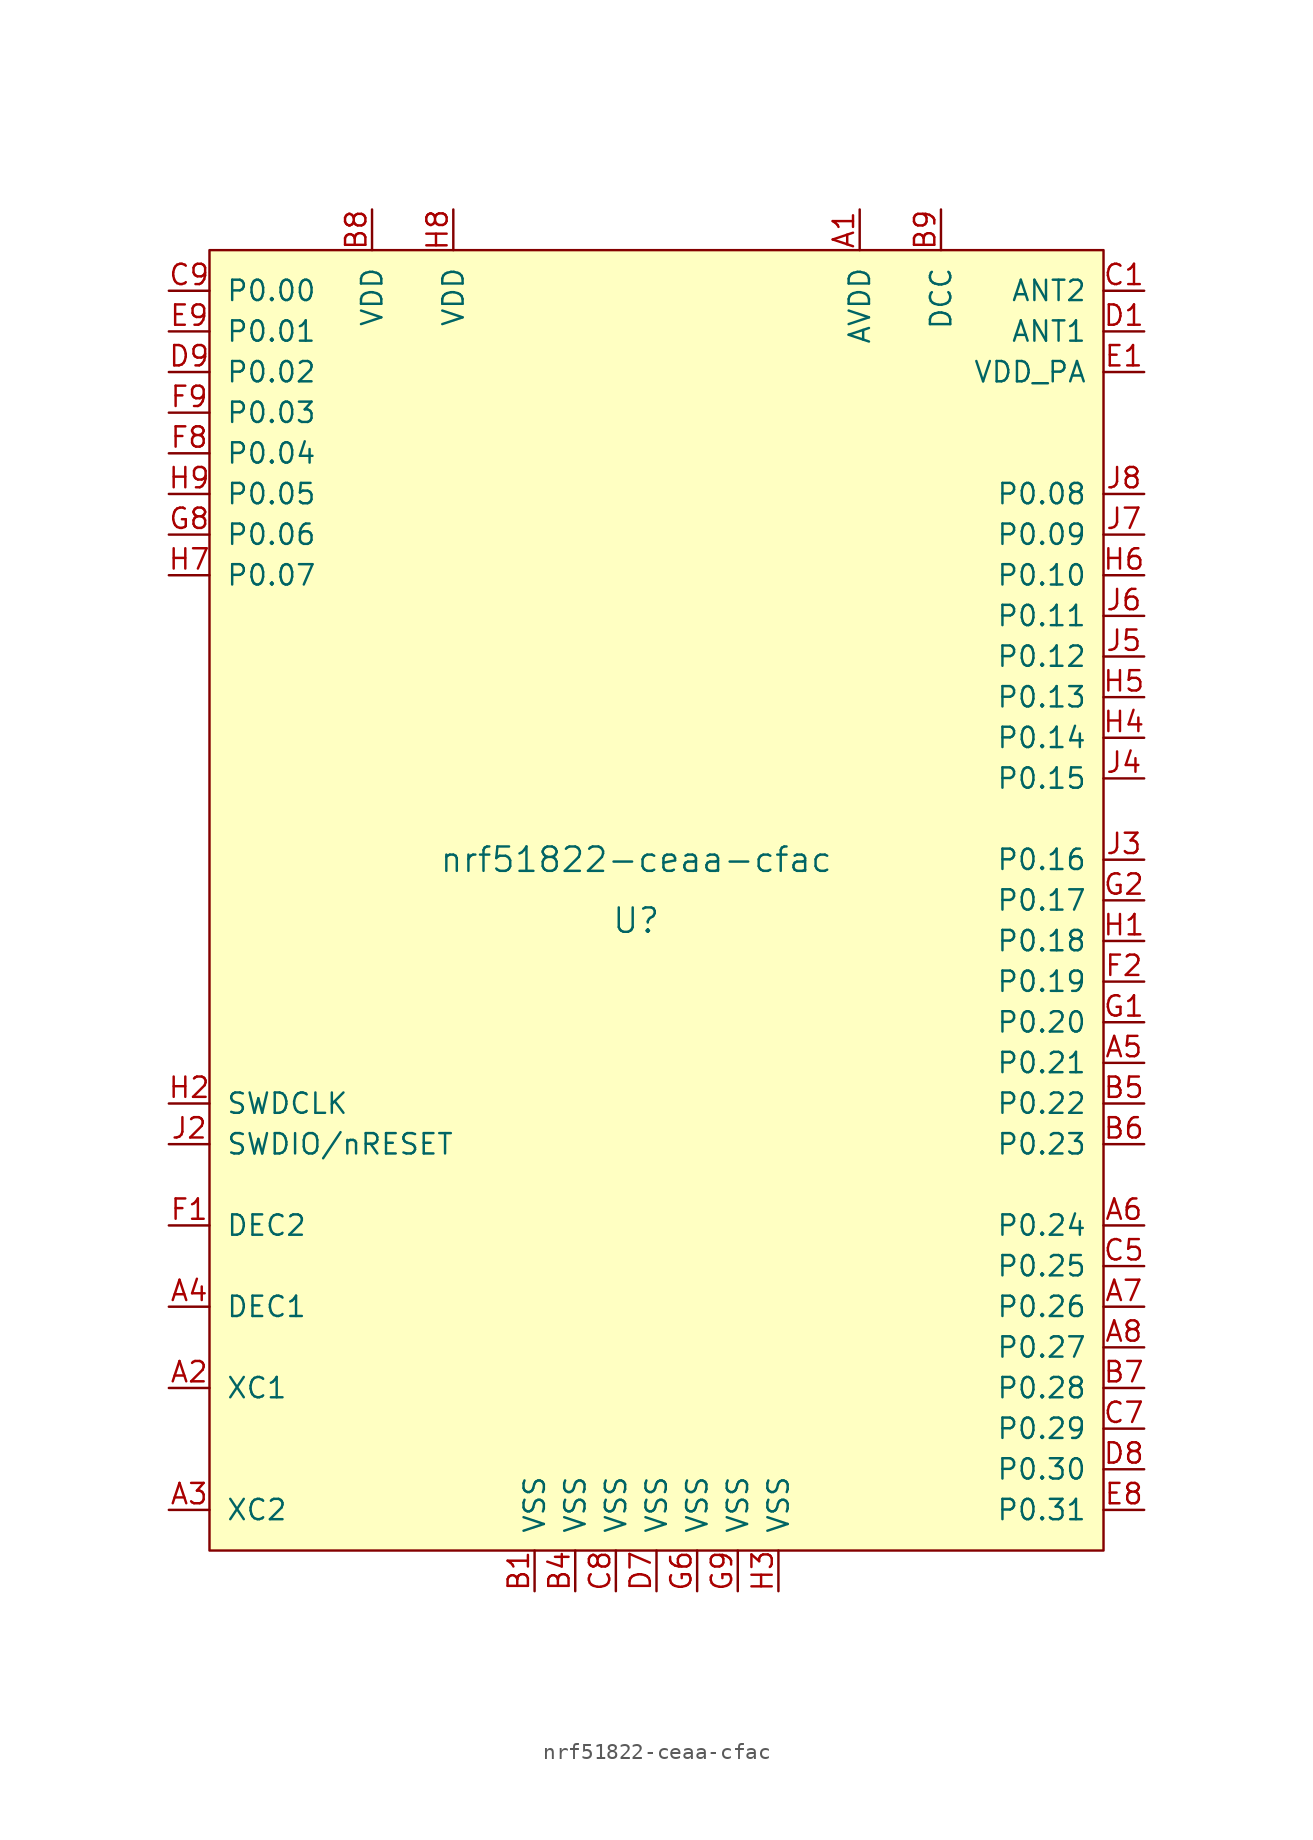
<source format=kicad_sym>
(kicad_symbol_lib
  (version 20211014)
  (generator kicad_symbol_editor)
  (symbol "nrf51822-ceaa-cfac"
    (pin_names
      (offset 1.016))
    (property "Reference" "U"
      (at -1.27 -1.27 0)
      (effects (font (size 1.524 1.524))))
    (property "Value" "nrf51822-ceaa-cfac"
      (at -1.27 2.54 0)
      (effects (font (size 1.524 1.524))))
    (property "Footprint" ""
      (at -2.54 8.89 0)
      (effects (font (size 1.524 1.524))))
    (property "Datasheet" ""
      (at -2.54 8.89 0)
      (effects (font (size 1.524 1.524))))
    (symbol "nrf51822-ceaa-cfac_0_1"
      (rectangle (start -27.94 40.64) (end 27.94 -40.64) (stroke (width 0) (type default) (color 0 0 0 0)) (fill (type background))))
    (symbol "nrf51822-ceaa-cfac_1_1"
      (pin power_in line (at 12.7 43.18 270) (length 2.54) (name "AVDD" (effects (font (size 1.27 1.27)))) (number "A1" (effects (font (size 1.27 1.27)))))
      (pin input line (at -30.48 -30.48 0) (length 2.54) (name "XC1" (effects (font (size 1.27 1.27)))) (number "A2" (effects (font (size 1.27 1.27)))))
      (pin output line (at -30.48 -38.1 0) (length 2.54) (name "XC2" (effects (font (size 1.27 1.27)))) (number "A3" (effects (font (size 1.27 1.27)))))
      (pin power_in line (at -30.48 -25.4 0) (length 2.54) (name "DEC1" (effects (font (size 1.27 1.27)))) (number "A4" (effects (font (size 1.27 1.27)))))
      (pin bidirectional line (at 30.48 -10.16 180) (length 2.54) (name "P0.21" (effects (font (size 1.27 1.27)))) (number "A5" (effects (font (size 1.27 1.27)))))
      (pin bidirectional line (at 30.48 -20.32 180) (length 2.54) (name "P0.24" (effects (font (size 1.27 1.27)))) (number "A6" (effects (font (size 1.27 1.27)))))
      (pin bidirectional line (at 30.48 -25.4 180) (length 2.54) (name "P0.26" (effects (font (size 1.27 1.27)))) (number "A7" (effects (font (size 1.27 1.27)))))
      (pin bidirectional line (at 30.48 -27.94 180) (length 2.54) (name "P0.27" (effects (font (size 1.27 1.27)))) (number "A8" (effects (font (size 1.27 1.27)))))
      (pin power_in line (at -7.62 -43.18 90) (length 2.54) (name "VSS" (effects (font (size 1.27 1.27)))) (number "B1" (effects (font (size 1.27 1.27)))))
      (pin power_in line (at -5.08 -43.18 90) (length 2.54) (name "VSS" (effects (font (size 1.27 1.27)))) (number "B4" (effects (font (size 1.27 1.27)))))
      (pin bidirectional line (at 30.48 -12.7 180) (length 2.54) (name "P0.22" (effects (font (size 1.27 1.27)))) (number "B5" (effects (font (size 1.27 1.27)))))
      (pin bidirectional line (at 30.48 -15.24 180) (length 2.54) (name "P0.23" (effects (font (size 1.27 1.27)))) (number "B6" (effects (font (size 1.27 1.27)))))
      (pin bidirectional line (at 30.48 -30.48 180) (length 2.54) (name "P0.28" (effects (font (size 1.27 1.27)))) (number "B7" (effects (font (size 1.27 1.27)))))
      (pin power_in line (at -17.78 43.18 270) (length 2.54) (name "VDD" (effects (font (size 1.27 1.27)))) (number "B8" (effects (font (size 1.27 1.27)))))
      (pin power_in line (at 17.78 43.18 270) (length 2.54) (name "DCC" (effects (font (size 1.27 1.27)))) (number "B9" (effects (font (size 1.27 1.27)))))
      (pin bidirectional line (at 30.48 38.1 180) (length 2.54) (name "ANT2" (effects (font (size 1.27 1.27)))) (number "C1" (effects (font (size 1.27 1.27)))))
      (pin bidirectional line (at 30.48 -22.86 180) (length 2.54) (name "P0.25" (effects (font (size 1.27 1.27)))) (number "C5" (effects (font (size 1.27 1.27)))))
      (pin bidirectional line (at 30.48 -33.02 180) (length 2.54) (name "P0.29" (effects (font (size 1.27 1.27)))) (number "C7" (effects (font (size 1.27 1.27)))))
      (pin power_in line (at -2.54 -43.18 90) (length 2.54) (name "VSS" (effects (font (size 1.27 1.27)))) (number "C8" (effects (font (size 1.27 1.27)))))
      (pin bidirectional line (at -30.48 38.1 0) (length 2.54) (name "P0.00" (effects (font (size 1.27 1.27)))) (number "C9" (effects (font (size 1.27 1.27)))))
      (pin bidirectional line (at 30.48 35.56 180) (length 2.54) (name "ANT1" (effects (font (size 1.27 1.27)))) (number "D1" (effects (font (size 1.27 1.27)))))
      (pin power_in line (at 0 -43.18 90) (length 2.54) (name "VSS" (effects (font (size 1.27 1.27)))) (number "D7" (effects (font (size 1.27 1.27)))))
      (pin bidirectional line (at 30.48 -35.56 180) (length 2.54) (name "P0.30" (effects (font (size 1.27 1.27)))) (number "D8" (effects (font (size 1.27 1.27)))))
      (pin bidirectional line (at -30.48 33.02 0) (length 2.54) (name "P0.02" (effects (font (size 1.27 1.27)))) (number "D9" (effects (font (size 1.27 1.27)))))
      (pin power_out line (at 30.48 33.02 180) (length 2.54) (name "VDD_PA" (effects (font (size 1.27 1.27)))) (number "E1" (effects (font (size 1.27 1.27)))))
      (pin bidirectional line (at 30.48 -38.1 180) (length 2.54) (name "P0.31" (effects (font (size 1.27 1.27)))) (number "E8" (effects (font (size 1.27 1.27)))))
      (pin bidirectional line (at -30.48 35.56 0) (length 2.54) (name "P0.01" (effects (font (size 1.27 1.27)))) (number "E9" (effects (font (size 1.27 1.27)))))
      (pin power_in line (at -30.48 -20.32 0) (length 2.54) (name "DEC2" (effects (font (size 1.27 1.27)))) (number "F1" (effects (font (size 1.27 1.27)))))
      (pin bidirectional line (at 30.48 -5.08 180) (length 2.54) (name "P0.19" (effects (font (size 1.27 1.27)))) (number "F2" (effects (font (size 1.27 1.27)))))
      (pin bidirectional line (at -30.48 27.94 0) (length 2.54) (name "P0.04" (effects (font (size 1.27 1.27)))) (number "F8" (effects (font (size 1.27 1.27)))))
      (pin bidirectional line (at -30.48 30.48 0) (length 2.54) (name "P0.03" (effects (font (size 1.27 1.27)))) (number "F9" (effects (font (size 1.27 1.27)))))
      (pin bidirectional line (at 30.48 -7.62 180) (length 2.54) (name "P0.20" (effects (font (size 1.27 1.27)))) (number "G1" (effects (font (size 1.27 1.27)))))
      (pin bidirectional line (at 30.48 0 180) (length 2.54) (name "P0.17" (effects (font (size 1.27 1.27)))) (number "G2" (effects (font (size 1.27 1.27)))))
      (pin power_in line (at 2.54 -43.18 90) (length 2.54) (name "VSS" (effects (font (size 1.27 1.27)))) (number "G6" (effects (font (size 1.27 1.27)))))
      (pin bidirectional line (at -30.48 22.86 0) (length 2.54) (name "P0.06" (effects (font (size 1.27 1.27)))) (number "G8" (effects (font (size 1.27 1.27)))))
      (pin power_in line (at 5.08 -43.18 90) (length 2.54) (name "VSS" (effects (font (size 1.27 1.27)))) (number "G9" (effects (font (size 1.27 1.27)))))
      (pin bidirectional line (at 30.48 -2.54 180) (length 2.54) (name "P0.18" (effects (font (size 1.27 1.27)))) (number "H1" (effects (font (size 1.27 1.27)))))
      (pin input line (at -30.48 -12.7 0) (length 2.54) (name "SWDCLK" (effects (font (size 1.27 1.27)))) (number "H2" (effects (font (size 1.27 1.27)))))
      (pin power_in line (at 7.62 -43.18 90) (length 2.54) (name "VSS" (effects (font (size 1.27 1.27)))) (number "H3" (effects (font (size 1.27 1.27)))))
      (pin bidirectional line (at 30.48 10.16 180) (length 2.54) (name "P0.14" (effects (font (size 1.27 1.27)))) (number "H4" (effects (font (size 1.27 1.27)))))
      (pin bidirectional line (at 30.48 12.7 180) (length 2.54) (name "P0.13" (effects (font (size 1.27 1.27)))) (number "H5" (effects (font (size 1.27 1.27)))))
      (pin bidirectional line (at 30.48 20.32 180) (length 2.54) (name "P0.10" (effects (font (size 1.27 1.27)))) (number "H6" (effects (font (size 1.27 1.27)))))
      (pin bidirectional line (at -30.48 20.32 0) (length 2.54) (name "P0.07" (effects (font (size 1.27 1.27)))) (number "H7" (effects (font (size 1.27 1.27)))))
      (pin power_in line (at -12.7 43.18 270) (length 2.54) (name "VDD" (effects (font (size 1.27 1.27)))) (number "H8" (effects (font (size 1.27 1.27)))))
      (pin bidirectional line (at -30.48 25.4 0) (length 2.54) (name "P0.05" (effects (font (size 1.27 1.27)))) (number "H9" (effects (font (size 1.27 1.27)))))
      (pin input line (at -30.48 -15.24 0) (length 2.54) (name "SWDIO/nRESET" (effects (font (size 1.27 1.27)))) (number "J2" (effects (font (size 1.27 1.27)))))
      (pin bidirectional line (at 30.48 2.54 180) (length 2.54) (name "P0.16" (effects (font (size 1.27 1.27)))) (number "J3" (effects (font (size 1.27 1.27)))))
      (pin bidirectional line (at 30.48 7.62 180) (length 2.54) (name "P0.15" (effects (font (size 1.27 1.27)))) (number "J4" (effects (font (size 1.27 1.27)))))
      (pin bidirectional line (at 30.48 15.24 180) (length 2.54) (name "P0.12" (effects (font (size 1.27 1.27)))) (number "J5" (effects (font (size 1.27 1.27)))))
      (pin bidirectional line (at 30.48 17.78 180) (length 2.54) (name "P0.11" (effects (font (size 1.27 1.27)))) (number "J6" (effects (font (size 1.27 1.27)))))
      (pin bidirectional line (at 30.48 22.86 180) (length 2.54) (name "P0.09" (effects (font (size 1.27 1.27)))) (number "J7" (effects (font (size 1.27 1.27)))))
      (pin bidirectional line (at 30.48 25.4 180) (length 2.54) (name "P0.08" (effects (font (size 1.27 1.27)))) (number "J8" (effects (font (size 1.27 1.27))))))))
</source>
